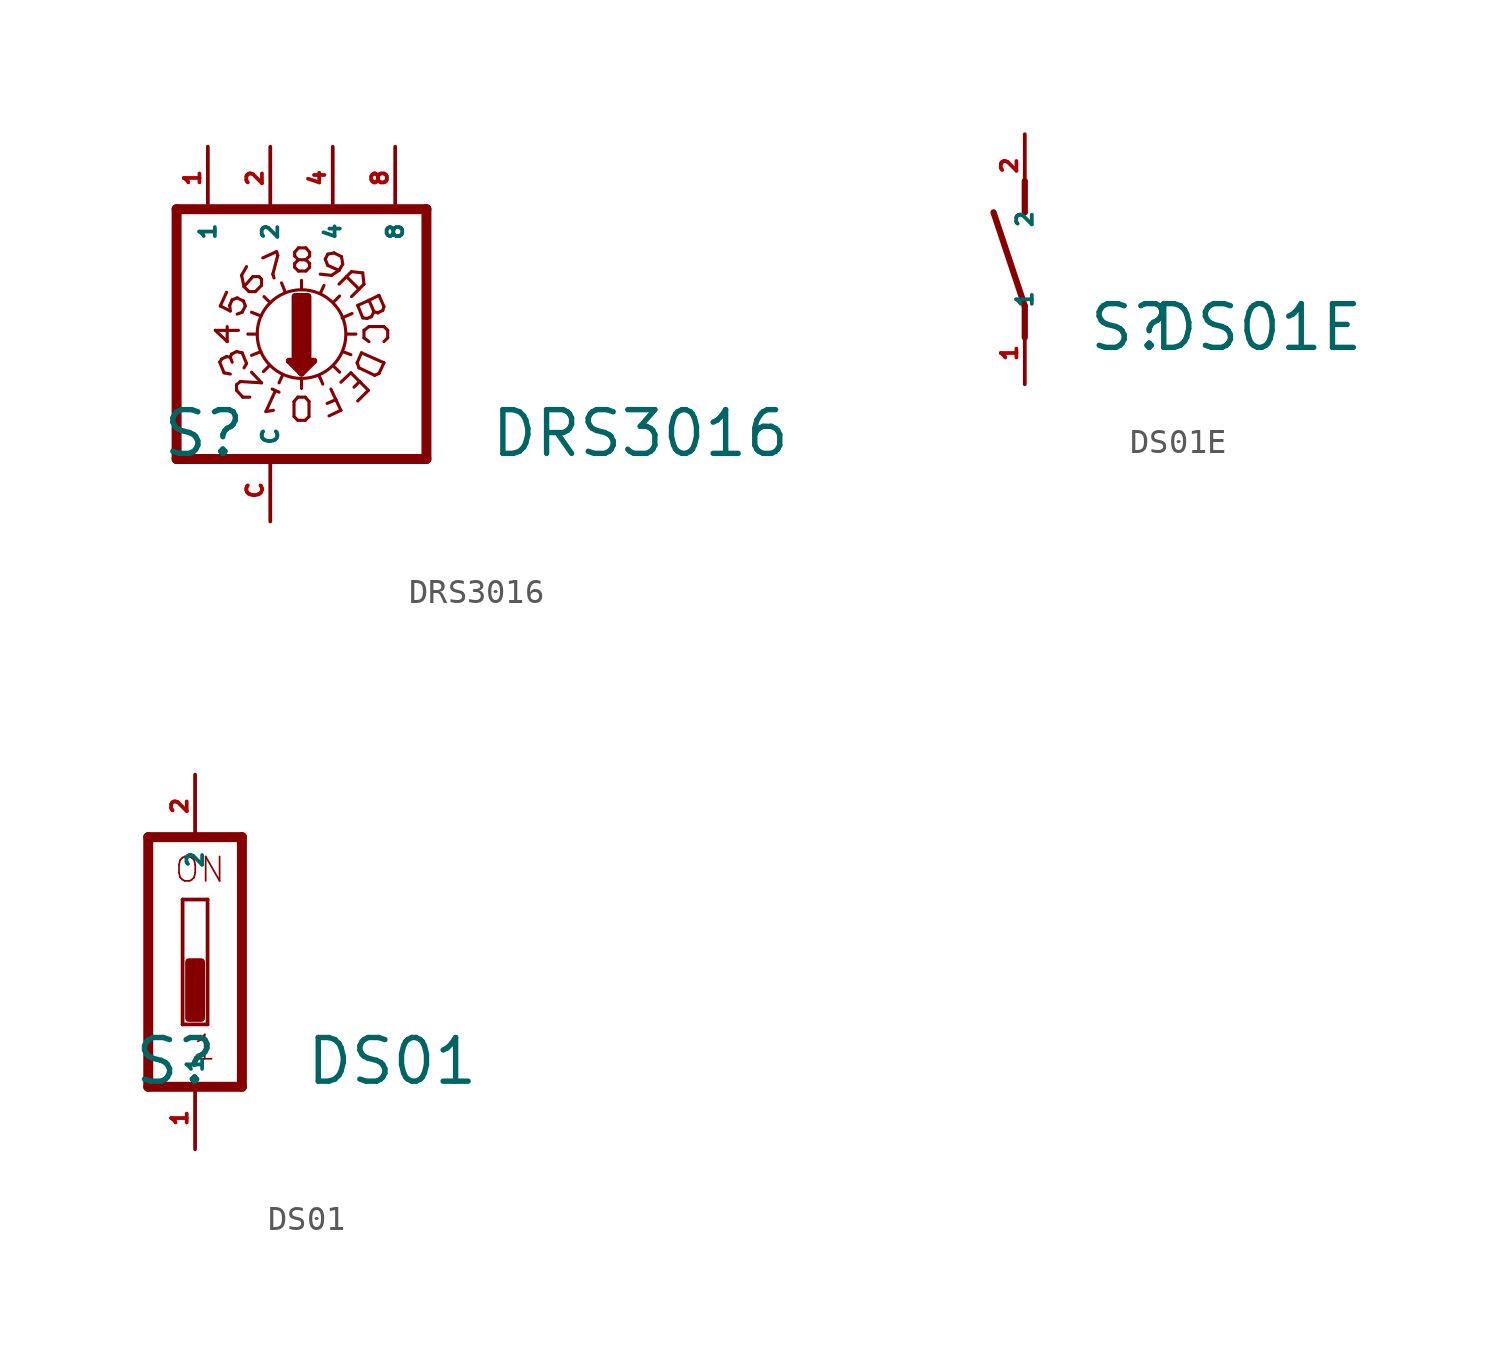
<source format=kicad_sym>
(kicad_symbol_lib
  (version 20220914)
  (generator Eagle2Kicad)
  (symbol "DRS3016"
    (property "Reference" "S"
      (at -4.445 -5.08 0)
      (effects (font (size 1.778 1.778) (thickness 0.22)) (justify left bottom)))
    (property "Value" "DRS3016"
      (at 8.89 -5.08 0)
      (effects (font (size 1.778 1.778) (thickness 0.22)) (justify left bottom)))
    (polyline
      (pts (xy 6.35 -5.08) (xy 6.35 5.08))
      (stroke (width 0.406) (type default))
      (fill (type none)))
    (polyline
      (pts (xy 3.099 0) (xy 3.48 0))
      (stroke (width 0.127) (type default))
      (fill (type none)))
    (polyline
      (pts (xy 1.27 1.803) (xy 1.27 2.184))
      (stroke (width 0.127) (type default))
      (fill (type none)))
    (polyline
      (pts (xy -0.914 0) (xy -0.533 0))
      (stroke (width 0.127) (type default))
      (fill (type none)))
    (polyline
      (pts (xy 2.565 -1.295) (xy 2.819 -1.549))
      (stroke (width 0.127) (type default))
      (fill (type none)))
    (polyline
      (pts (xy 0 1.27) (xy -0.254 1.524))
      (stroke (width 0.127) (type default))
      (fill (type none)))
    (polyline
      (pts (xy 2.565 1.295) (xy 2.819 1.549))
      (stroke (width 0.127) (type default))
      (fill (type none)))
    (polyline
      (pts (xy -0.025 -1.27) (xy -0.279 -1.524))
      (stroke (width 0.127) (type default))
      (fill (type none)))
    (polyline
      (pts (xy 2.032 1.651) (xy 2.184 1.981))
      (stroke (width 0.127) (type default))
      (fill (type none)))
    (polyline
      (pts (xy 2.921 0.66) (xy 3.327 0.838))
      (stroke (width 0.127) (type default))
      (fill (type none)))
    (polyline
      (pts (xy 2.946 -0.711) (xy 3.277 -0.838))
      (stroke (width 0.127) (type default))
      (fill (type none)))
    (polyline
      (pts (xy 1.981 -1.676) (xy 2.134 -2.032))
      (stroke (width 0.127) (type default))
      (fill (type none)))
    (polyline
      (pts (xy 0.508 -1.651) (xy 0.356 -1.981))
      (stroke (width 0.127) (type default))
      (fill (type none)))
    (polyline
      (pts (xy -0.381 -0.711) (xy -0.762 -0.864))
      (stroke (width 0.127) (type default))
      (fill (type none)))
    (polyline
      (pts (xy -0.381 0.737) (xy -0.762 0.889))
      (stroke (width 0.127) (type default))
      (fill (type none)))
    (polyline
      (pts (xy 0.61 1.702) (xy 0.457 2.083))
      (stroke (width 0.127) (type default))
      (fill (type none)))
    (polyline
      (pts (xy 0.762 -1.092) (xy 1.27 -1.6))
      (stroke (width 0.254) (type default))
      (fill (type none)))
    (polyline
      (pts (xy 1.27 -1.6) (xy 1.778 -1.092))
      (stroke (width 0.254) (type default))
      (fill (type none)))
    (polyline
      (pts (xy 1.778 -1.092) (xy 0.762 -1.092))
      (stroke (width 0.254) (type default))
      (fill (type none)))
    (polyline
      (pts (xy 1.27 -1.829) (xy 1.27 -2.21))
      (stroke (width 0.127) (type default))
      (fill (type none)))
    (polyline
      (pts (xy 1.016 -1.219) (xy 1.524 -1.219))
      (stroke (width 0.254) (type default))
      (fill (type none)))
    (polyline
      (pts (xy 1.27 -1.473) (xy 1.27 -1.346))
      (stroke (width 0.254) (type default))
      (fill (type none)))
    (polyline
      (pts (xy -3.81 -5.08) (xy -3.81 5.08))
      (stroke (width 0.406) (type default))
      (fill (type none)))
    (polyline
      (pts (xy -2.032 1.143) (xy -1.778 1.702))
      (stroke (width 0.127) (type default))
      (fill (type none)))
    (polyline
      (pts (xy -2.032 1.143) (xy -1.626 0.94))
      (stroke (width 0.127) (type default))
      (fill (type none)))
    (polyline
      (pts (xy -1.626 0.94) (xy -1.651 1.168))
      (stroke (width 0.127) (type default))
      (fill (type none)))
    (polyline
      (pts (xy -1.651 1.168) (xy -1.549 1.397))
      (stroke (width 0.127) (type default))
      (fill (type none)))
    (polyline
      (pts (xy -1.092 1.346) (xy -1.016 1.143))
      (stroke (width 0.127) (type default))
      (fill (type none)))
    (polyline
      (pts (xy -1.016 1.143) (xy -1.143 0.889))
      (stroke (width 0.127) (type default))
      (fill (type none)))
    (polyline
      (pts (xy -1.143 0.889) (xy -1.346 0.813))
      (stroke (width 0.127) (type default))
      (fill (type none)))
    (polyline
      (pts (xy -1.549 1.397) (xy -1.346 1.473))
      (stroke (width 0.127) (type default))
      (fill (type none)))
    (polyline
      (pts (xy -1.346 1.473) (xy -1.092 1.346))
      (stroke (width 0.127) (type default))
      (fill (type none)))
    (polyline
      (pts (xy -0.61 1.727) (xy -0.356 1.981))
      (stroke (width 0.127) (type default))
      (fill (type none)))
    (polyline
      (pts (xy -0.356 1.981) (xy -0.356 2.235))
      (stroke (width 0.127) (type default))
      (fill (type none)))
    (polyline
      (pts (xy -0.356 2.235) (xy -0.457 2.337))
      (stroke (width 0.127) (type default))
      (fill (type none)))
    (polyline
      (pts (xy -0.457 2.337) (xy -0.711 2.337))
      (stroke (width 0.127) (type default))
      (fill (type none)))
    (polyline
      (pts (xy -0.711 2.337) (xy -1.067 1.93))
      (stroke (width 0.127) (type default))
      (fill (type none)))
    (polyline
      (pts (xy -0.61 1.727) (xy -0.864 1.727))
      (stroke (width 0.127) (type default))
      (fill (type none)))
    (polyline
      (pts (xy -0.864 1.727) (xy -1.067 1.93))
      (stroke (width 0.127) (type default))
      (fill (type none)))
    (polyline
      (pts (xy -1.067 1.93) (xy -1.168 2.388))
      (stroke (width 0.127) (type default))
      (fill (type none)))
    (polyline
      (pts (xy -1.168 2.388) (xy -0.965 2.743))
      (stroke (width 0.127) (type default))
      (fill (type none)))
    (polyline
      (pts (xy -0.305 3.099) (xy 0.254 3.353))
      (stroke (width 0.127) (type default))
      (fill (type none)))
    (polyline
      (pts (xy 0.102 2.438) (xy 0.152 2.286))
      (stroke (width 0.127) (type default))
      (fill (type none)))
    (polyline
      (pts (xy 0.254 3.353) (xy 0.305 3.2))
      (stroke (width 0.127) (type default))
      (fill (type none)))
    (polyline
      (pts (xy 0.305 3.2) (xy 0.102 2.438))
      (stroke (width 0.127) (type default))
      (fill (type none)))
    (polyline
      (pts (xy 2.896 3.15) (xy 2.591 3.302))
      (stroke (width 0.127) (type default))
      (fill (type none)))
    (polyline
      (pts (xy 2.591 3.302) (xy 2.337 3.251))
      (stroke (width 0.127) (type default))
      (fill (type none)))
    (polyline
      (pts (xy 2.337 3.251) (xy 2.235 3.048))
      (stroke (width 0.127) (type default))
      (fill (type none)))
    (polyline
      (pts (xy 2.235 3.048) (xy 2.337 2.794))
      (stroke (width 0.127) (type default))
      (fill (type none)))
    (polyline
      (pts (xy 2.337 2.794) (xy 2.794 2.591))
      (stroke (width 0.127) (type default))
      (fill (type none)))
    (polyline
      (pts (xy 2.896 3.15) (xy 2.946 2.845))
      (stroke (width 0.127) (type default))
      (fill (type none)))
    (polyline
      (pts (xy 2.946 2.845) (xy 2.794 2.591))
      (stroke (width 0.127) (type default))
      (fill (type none)))
    (polyline
      (pts (xy 2.794 2.591) (xy 2.489 2.388))
      (stroke (width 0.127) (type default))
      (fill (type none)))
    (polyline
      (pts (xy 2.489 2.388) (xy 2.032 2.438))
      (stroke (width 0.127) (type default))
      (fill (type none)))
    (polyline
      (pts (xy 2.794 2.032) (xy 3.099 2.337))
      (stroke (width 0.127) (type default))
      (fill (type none)))
    (polyline
      (pts (xy 3.302 2.54) (xy 3.759 2.489))
      (stroke (width 0.127) (type default))
      (fill (type none)))
    (polyline
      (pts (xy 3.759 2.489) (xy 3.81 2.032))
      (stroke (width 0.127) (type default))
      (fill (type none)))
    (polyline
      (pts (xy 3.81 2.032) (xy 3.607 1.829))
      (stroke (width 0.127) (type default))
      (fill (type none)))
    (polyline
      (pts (xy 3.099 2.337) (xy 3.607 1.829))
      (stroke (width 0.127) (type default))
      (fill (type none)))
    (polyline
      (pts (xy 3.099 2.337) (xy 3.302 2.54))
      (stroke (width 0.127) (type default))
      (fill (type none)))
    (polyline
      (pts (xy 3.607 1.829) (xy 3.302 1.524))
      (stroke (width 0.127) (type default))
      (fill (type none)))
    (polyline
      (pts (xy 3.556 1.168) (xy 4.013 1.372))
      (stroke (width 0.127) (type default))
      (fill (type none)))
    (polyline
      (pts (xy 4.42 1.575) (xy 4.623 1.118))
      (stroke (width 0.127) (type default))
      (fill (type none)))
    (polyline
      (pts (xy 4.623 1.118) (xy 4.572 0.965))
      (stroke (width 0.127) (type default))
      (fill (type none)))
    (polyline
      (pts (xy 4.572 0.965) (xy 4.369 0.864))
      (stroke (width 0.127) (type default))
      (fill (type none)))
    (polyline
      (pts (xy 4.369 0.864) (xy 4.216 0.914))
      (stroke (width 0.127) (type default))
      (fill (type none)))
    (polyline
      (pts (xy 4.216 0.914) (xy 4.013 1.372))
      (stroke (width 0.127) (type default))
      (fill (type none)))
    (polyline
      (pts (xy 4.216 0.914) (xy 4.115 0.711))
      (stroke (width 0.127) (type default))
      (fill (type none)))
    (polyline
      (pts (xy 4.115 0.711) (xy 3.937 0.635))
      (stroke (width 0.127) (type default))
      (fill (type none)))
    (polyline
      (pts (xy 3.937 0.635) (xy 3.759 0.66))
      (stroke (width 0.127) (type default))
      (fill (type none)))
    (polyline
      (pts (xy 3.759 0.66) (xy 3.556 1.168))
      (stroke (width 0.127) (type default))
      (fill (type none)))
    (polyline
      (pts (xy 4.013 1.372) (xy 4.42 1.575))
      (stroke (width 0.127) (type default))
      (fill (type none)))
    (polyline
      (pts (xy 4.013 0.305) (xy 4.623 0.305))
      (stroke (width 0.127) (type default))
      (fill (type none)))
    (polyline
      (pts (xy 4.623 0.305) (xy 4.775 0.152))
      (stroke (width 0.127) (type default))
      (fill (type none)))
    (polyline
      (pts (xy 4.775 0.152) (xy 4.775 -0.152))
      (stroke (width 0.127) (type default))
      (fill (type none)))
    (polyline
      (pts (xy 4.775 -0.152) (xy 4.623 -0.305))
      (stroke (width 0.127) (type default))
      (fill (type none)))
    (polyline
      (pts (xy 4.013 0.305) (xy 3.81 0.152))
      (stroke (width 0.127) (type default))
      (fill (type none)))
    (polyline
      (pts (xy 3.81 0.152) (xy 3.81 -0.152))
      (stroke (width 0.127) (type default))
      (fill (type none)))
    (polyline
      (pts (xy 3.81 -0.152) (xy 4.013 -0.305))
      (stroke (width 0.127) (type default))
      (fill (type none)))
    (polyline
      (pts (xy 3.708 -0.762) (xy 3.531 -1.168))
      (stroke (width 0.127) (type default))
      (fill (type none)))
    (polyline
      (pts (xy 3.531 -1.168) (xy 3.607 -1.372))
      (stroke (width 0.127) (type default))
      (fill (type none)))
    (polyline
      (pts (xy 3.607 -1.372) (xy 4.242 -1.676))
      (stroke (width 0.127) (type default))
      (fill (type none)))
    (polyline
      (pts (xy 4.242 -1.676) (xy 4.42 -1.6))
      (stroke (width 0.127) (type default))
      (fill (type none)))
    (polyline
      (pts (xy 4.42 -1.6) (xy 4.623 -1.168))
      (stroke (width 0.127) (type default))
      (fill (type none)))
    (polyline
      (pts (xy 4.623 -1.168) (xy 3.708 -0.762))
      (stroke (width 0.127) (type default))
      (fill (type none)))
    (polyline
      (pts (xy 3.277 -1.575) (xy 2.87 -1.956))
      (stroke (width 0.127) (type default))
      (fill (type none)))
    (polyline
      (pts (xy 3.277 -1.575) (xy 3.632 -1.93))
      (stroke (width 0.127) (type default))
      (fill (type none)))
    (polyline
      (pts (xy 3.988 -2.286) (xy 3.556 -2.718))
      (stroke (width 0.127) (type default))
      (fill (type none)))
    (polyline
      (pts (xy 3.632 -1.93) (xy 3.404 -2.159))
      (stroke (width 0.127) (type default))
      (fill (type none)))
    (polyline
      (pts (xy 3.632 -1.93) (xy 3.988 -2.286))
      (stroke (width 0.127) (type default))
      (fill (type none)))
    (polyline
      (pts (xy 2.388 -3.327) (xy 2.87 -3.099))
      (stroke (width 0.127) (type default))
      (fill (type none)))
    (polyline
      (pts (xy 2.87 -3.099) (xy 2.667 -2.667))
      (stroke (width 0.127) (type default))
      (fill (type none)))
    (polyline
      (pts (xy 2.667 -2.667) (xy 2.311 -2.819))
      (stroke (width 0.127) (type default))
      (fill (type none)))
    (polyline
      (pts (xy 2.667 -2.667) (xy 2.464 -2.235))
      (stroke (width 0.127) (type default))
      (fill (type none)))
    (polyline
      (pts (xy 0.076 -2.235) (xy 0.356 -2.362))
      (stroke (width 0.127) (type default))
      (fill (type none)))
    (polyline
      (pts (xy 0.203 -2.311) (xy -0.178 -3.15))
      (stroke (width 0.127) (type default))
      (fill (type none)))
    (polyline
      (pts (xy -0.178 -3.15) (xy 0.127 -3.099))
      (stroke (width 0.127) (type default))
      (fill (type none)))
    (polyline
      (pts (xy -0.762 -1.549) (xy -0.356 -1.981))
      (stroke (width 0.127) (type default))
      (fill (type none)))
    (polyline
      (pts (xy -1.372 -2.286) (xy -1.118 -2.565))
      (stroke (width 0.127) (type default))
      (fill (type none)))
    (polyline
      (pts (xy -1.118 -2.565) (xy -0.838 -2.565))
      (stroke (width 0.127) (type default))
      (fill (type none)))
    (polyline
      (pts (xy -1.372 -2.286) (xy -1.372 -2.057))
      (stroke (width 0.127) (type default))
      (fill (type none)))
    (polyline
      (pts (xy -1.372 -2.057) (xy -1.219 -1.93))
      (stroke (width 0.127) (type default))
      (fill (type none)))
    (polyline
      (pts (xy -1.219 -1.93) (xy -0.356 -1.981))
      (stroke (width 0.127) (type default))
      (fill (type none)))
    (polyline
      (pts (xy -1.143 -0.762) (xy -0.965 -1.194))
      (stroke (width 0.127) (type default))
      (fill (type none)))
    (polyline
      (pts (xy -2.057 -1.143) (xy -1.88 -1.575))
      (stroke (width 0.127) (type default))
      (fill (type none)))
    (polyline
      (pts (xy -1.626 -1.626) (xy -1.88 -1.575))
      (stroke (width 0.127) (type default))
      (fill (type none)))
    (polyline
      (pts (xy -1.067 -1.372) (xy -0.965 -1.194))
      (stroke (width 0.127) (type default))
      (fill (type none)))
    (polyline
      (pts (xy -1.143 -0.762) (xy -1.372 -0.711))
      (stroke (width 0.127) (type default))
      (fill (type none)))
    (polyline
      (pts (xy -1.372 -0.711) (xy -1.575 -0.813))
      (stroke (width 0.127) (type default))
      (fill (type none)))
    (polyline
      (pts (xy -1.575 -0.813) (xy -1.626 -0.94))
      (stroke (width 0.127) (type default))
      (fill (type none)))
    (polyline
      (pts (xy -1.626 -0.94) (xy -1.549 -1.143))
      (stroke (width 0.127) (type default))
      (fill (type none)))
    (polyline
      (pts (xy -1.626 -0.94) (xy -1.778 -0.914))
      (stroke (width 0.127) (type default))
      (fill (type none)))
    (polyline
      (pts (xy -1.778 -0.914) (xy -1.981 -1.016))
      (stroke (width 0.127) (type default))
      (fill (type none)))
    (polyline
      (pts (xy -1.981 -1.016) (xy -2.057 -1.143))
      (stroke (width 0.127) (type default))
      (fill (type none)))
    (polyline
      (pts (xy -1.295 0.152) (xy -2.235 0.152))
      (stroke (width 0.127) (type default))
      (fill (type none)))
    (polyline
      (pts (xy -2.235 0.152) (xy -1.753 -0.305))
      (stroke (width 0.127) (type default))
      (fill (type none)))
    (polyline
      (pts (xy -1.753 -0.305) (xy -1.753 0.305))
      (stroke (width 0.127) (type default))
      (fill (type none)))
    (polyline
      (pts (xy 1.118 -3.505) (xy 1.422 -3.505))
      (stroke (width 0.127) (type default))
      (fill (type none)))
    (polyline
      (pts (xy 1.422 -3.505) (xy 1.575 -3.353))
      (stroke (width 0.127) (type default))
      (fill (type none)))
    (polyline
      (pts (xy 1.575 -3.353) (xy 1.575 -2.743))
      (stroke (width 0.127) (type default))
      (fill (type none)))
    (polyline
      (pts (xy 1.575 -2.743) (xy 1.422 -2.565))
      (stroke (width 0.127) (type default))
      (fill (type none)))
    (polyline
      (pts (xy 1.422 -2.565) (xy 1.118 -2.565))
      (stroke (width 0.127) (type default))
      (fill (type none)))
    (polyline
      (pts (xy 1.118 -2.565) (xy 0.965 -2.743))
      (stroke (width 0.127) (type default))
      (fill (type none)))
    (polyline
      (pts (xy 0.965 -2.743) (xy 0.965 -3.353))
      (stroke (width 0.127) (type default))
      (fill (type none)))
    (polyline
      (pts (xy 0.965 -3.353) (xy 1.118 -3.505))
      (stroke (width 0.127) (type default))
      (fill (type none)))
    (polyline
      (pts (xy 1.143 2.565) (xy 1.448 2.565))
      (stroke (width 0.127) (type default))
      (fill (type none)))
    (polyline
      (pts (xy 1.448 2.565) (xy 1.6 2.718))
      (stroke (width 0.127) (type default))
      (fill (type none)))
    (polyline
      (pts (xy 1.6 2.718) (xy 1.6 2.87))
      (stroke (width 0.127) (type default))
      (fill (type none)))
    (polyline
      (pts (xy 1.6 2.87) (xy 1.448 3.023))
      (stroke (width 0.127) (type default))
      (fill (type none)))
    (polyline
      (pts (xy 1.448 3.023) (xy 1.6 3.175))
      (stroke (width 0.127) (type default))
      (fill (type none)))
    (polyline
      (pts (xy 1.6 3.175) (xy 1.6 3.327))
      (stroke (width 0.127) (type default))
      (fill (type none)))
    (polyline
      (pts (xy 1.6 3.327) (xy 1.448 3.505))
      (stroke (width 0.127) (type default))
      (fill (type none)))
    (polyline
      (pts (xy 1.448 3.505) (xy 1.143 3.505))
      (stroke (width 0.127) (type default))
      (fill (type none)))
    (polyline
      (pts (xy 1.143 3.505) (xy 0.991 3.327))
      (stroke (width 0.127) (type default))
      (fill (type none)))
    (polyline
      (pts (xy 0.991 3.327) (xy 0.991 3.175))
      (stroke (width 0.127) (type default))
      (fill (type none)))
    (polyline
      (pts (xy 0.991 3.175) (xy 1.143 3.023))
      (stroke (width 0.127) (type default))
      (fill (type none)))
    (polyline
      (pts (xy 1.143 3.023) (xy 0.991 2.87))
      (stroke (width 0.127) (type default))
      (fill (type none)))
    (polyline
      (pts (xy 0.991 2.87) (xy 0.991 2.718))
      (stroke (width 0.127) (type default))
      (fill (type none)))
    (polyline
      (pts (xy 0.991 2.718) (xy 1.143 2.565))
      (stroke (width 0.127) (type default))
      (fill (type none)))
    (polyline
      (pts (xy 1.143 3.023) (xy 1.448 3.023))
      (stroke (width 0.127) (type default))
      (fill (type none)))
    (polyline
      (pts (xy 6.35 5.08) (xy -3.81 5.08))
      (stroke (width 0.406) (type default))
      (fill (type none)))
    (polyline
      (pts (xy -3.81 -5.08) (xy 6.35 -5.08))
      (stroke (width 0.406) (type default))
      (fill (type none)))
    (circle
      (center 1.27 0)
      (radius 1.803)
      (stroke (width 0.127) (type default))
      (fill (type none)))
    (rectangle
      (start 1.016 -1.016)
      (end 1.524 1.524)
      (stroke (width 0.3) (type default))
      (fill (type outline)))
    (pin passive line
      (at 5.08 7.62 270)
      (length 2.54)
      (name "8" (effects (font (size 0.635 0.635) (thickness 0.08)) (justify left bottom)))
      (number "8" (effects (font (size 0.635 0.635) (thickness 0.08)) (justify left bottom))))
    (pin passive line
      (at 2.54 7.62 270)
      (length 2.54)
      (name "4" (effects (font (size 0.635 0.635) (thickness 0.08)) (justify left bottom)))
      (number "4" (effects (font (size 0.635 0.635) (thickness 0.08)) (justify left bottom))))
    (pin passive line
      (at 0 7.62 270)
      (length 2.54)
      (name "2" (effects (font (size 0.635 0.635) (thickness 0.08)) (justify left bottom)))
      (number "2" (effects (font (size 0.635 0.635) (thickness 0.08)) (justify left bottom))))
    (pin passive line
      (at -2.54 7.62 270)
      (length 2.54)
      (name "1" (effects (font (size 0.635 0.635) (thickness 0.08)) (justify left bottom)))
      (number "1" (effects (font (size 0.635 0.635) (thickness 0.08)) (justify left bottom))))
    (pin passive line
      (at 0 -7.62 90)
      (length 2.54)
      (name "C" (effects (font (size 0.635 0.635) (thickness 0.08)) (justify left bottom)))
      (number "C" (effects (font (size 0.635 0.635) (thickness 0.08)) (justify left bottom)))))
  (symbol "DS01E"
    (property "Reference" "S"
      (at 2.54 -3.81 0)
      (effects (font (size 1.778 1.778) (thickness 0.22)) (justify left bottom)))
    (property "Value" "DS01E"
      (at 5.08 -3.81 0)
      (effects (font (size 1.778 1.778) (thickness 0.22)) (justify left bottom)))
    (polyline
      (pts (xy 0 -3.175) (xy 0 -1.905))
      (stroke (width 0.254) (type default))
      (fill (type none)))
    (polyline
      (pts (xy 0 -1.905) (xy -1.27 1.905))
      (stroke (width 0.254) (type default))
      (fill (type none)))
    (polyline
      (pts (xy 0 1.905) (xy 0 3.175))
      (stroke (width 0.254) (type default))
      (fill (type none)))
    (pin passive line
      (at 0 -5.08 90)
      (length 2.54)
      (name "1" (effects (font (size 0.635 0.635) (thickness 0.08)) (justify left bottom)))
      (number "1" (effects (font (size 0.635 0.635) (thickness 0.08)) (justify left bottom))))
    (pin passive line
      (at 0 5.08 270)
      (length 2.54)
      (name "2" (effects (font (size 0.635 0.635) (thickness 0.08)) (justify left bottom)))
      (number "2" (effects (font (size 0.635 0.635) (thickness 0.08)) (justify left bottom)))))
  (symbol "DS01"
    (property "Reference" "S"
      (at -2.54 -5.08 0)
      (effects (font (size 1.778 1.778) (thickness 0.22)) (justify left bottom)))
    (property "Value" "DS01"
      (at 4.445 -5.08 0)
      (effects (font (size 1.778 1.778) (thickness 0.22)) (justify left bottom)))
    (polyline
      (pts (xy -1.905 5.08) (xy -1.905 -5.08))
      (stroke (width 0.406) (type default))
      (fill (type none)))
    (polyline
      (pts (xy -1.905 5.08) (xy 1.905 5.08))
      (stroke (width 0.406) (type default))
      (fill (type none)))
    (polyline
      (pts (xy 1.905 5.08) (xy 1.905 -5.08))
      (stroke (width 0.406) (type default))
      (fill (type none)))
    (polyline
      (pts (xy -1.905 -5.08) (xy 1.905 -5.08))
      (stroke (width 0.406) (type default))
      (fill (type none)))
    (polyline
      (pts (xy 0.508 -2.54) (xy -0.508 -2.54))
      (stroke (width 0.152) (type default))
      (fill (type none)))
    (polyline
      (pts (xy -0.508 2.54) (xy 0.508 2.54))
      (stroke (width 0.152) (type default))
      (fill (type none)))
    (polyline
      (pts (xy 0.508 2.54) (xy 0.508 -2.54))
      (stroke (width 0.152) (type default))
      (fill (type none)))
    (polyline
      (pts (xy -0.508 -2.54) (xy -0.508 2.54))
      (stroke (width 0.152) (type default))
      (fill (type none)))
    (text "1"
      (at -0.127 -4.064 0)
      (effects (font (size 0.991 0.991) (thickness 0.07)) (justify left bottom)))
    (text "ON"
      (at -0.889 3.175 0)
      (effects (font (size 0.991 0.991) (thickness 0.07)) (justify left bottom)))
    (rectangle
      (start -0.254 -2.286)
      (end 0.254 0)
      (stroke (width 0.3) (type default))
      (fill (type outline)))
    (pin passive line
      (at 0 7.62 270)
      (length 2.54)
      (name "2" (effects (font (size 0.635 0.635) (thickness 0.08)) (justify left bottom)))
      (number "2" (effects (font (size 0.635 0.635) (thickness 0.08)) (justify left bottom))))
    (pin passive line
      (at 0 -7.62 90)
      (length 2.54)
      (name "1" (effects (font (size 0.635 0.635) (thickness 0.08)) (justify left bottom)))
      (number "1" (effects (font (size 0.635 0.635) (thickness 0.08)) (justify left bottom))))))
</source>
